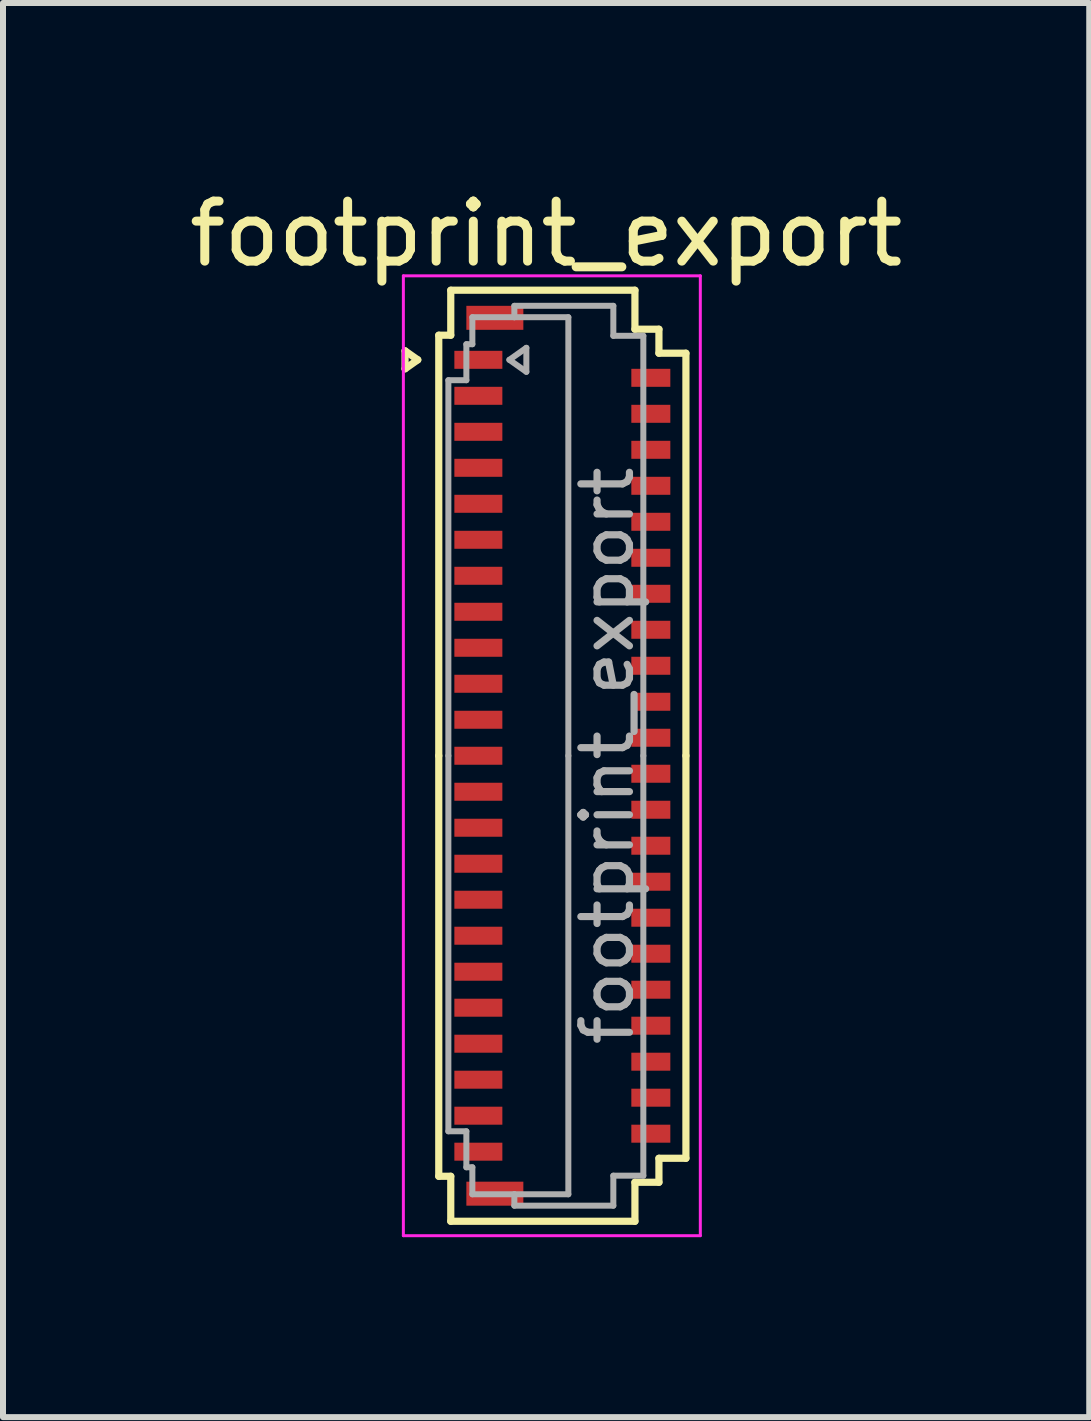
<source format=kicad_pcb>
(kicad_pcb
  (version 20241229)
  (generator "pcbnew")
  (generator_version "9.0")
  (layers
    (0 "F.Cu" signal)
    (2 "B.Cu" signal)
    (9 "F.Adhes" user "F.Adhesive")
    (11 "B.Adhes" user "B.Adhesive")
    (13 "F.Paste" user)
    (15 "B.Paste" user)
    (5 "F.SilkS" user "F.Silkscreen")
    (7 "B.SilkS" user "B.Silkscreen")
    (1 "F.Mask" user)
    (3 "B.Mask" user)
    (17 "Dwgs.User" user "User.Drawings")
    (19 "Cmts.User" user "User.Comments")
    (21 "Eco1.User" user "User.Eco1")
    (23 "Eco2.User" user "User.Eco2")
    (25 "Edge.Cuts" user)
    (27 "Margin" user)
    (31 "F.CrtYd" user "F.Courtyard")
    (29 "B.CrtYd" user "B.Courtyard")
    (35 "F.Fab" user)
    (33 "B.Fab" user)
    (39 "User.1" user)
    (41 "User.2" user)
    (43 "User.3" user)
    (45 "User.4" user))
  (footprint "footprint_export"
    (layer "F.Cu")
    (at 6.324 9.548)
    (property "Reference" "footprint_export" (at -0.27 -8.7 0) (layer "F.SilkS") (effects (font (size 1 1) (thickness 0.15))))
    (attr smd)
    (fp_line (start -2.622 -6.75) (end -2.41 -6.6) (stroke (width 0.12) (type solid)) (layer "F.SilkS"))
    (fp_line (start -2.622 -6.45) (end -2.622 -6.75) (stroke (width 0.12) (type solid)) (layer "F.SilkS"))
    (fp_line (start -2.41 -6.6) (end -2.622 -6.45) (stroke (width 0.12) (type solid)) (layer "F.SilkS"))
    (fp_line (start -2.06 -7.01) (end -2.06 0) (stroke (width 0.12) (type solid)) (layer "F.SilkS"))
    (fp_line (start -2.06 7.01) (end -2.06 0) (stroke (width 0.12) (type solid)) (layer "F.SilkS"))
    (fp_line (start -1.86 -7.76) (end -1.86 -7.01) (stroke (width 0.12) (type solid)) (layer "F.SilkS"))
    (fp_line (start -1.86 -7.01) (end -2.06 -7.01) (stroke (width 0.12) (type solid)) (layer "F.SilkS"))
    (fp_line (start -1.86 7.01) (end -2.06 7.01) (stroke (width 0.12) (type solid)) (layer "F.SilkS"))
    (fp_line (start -1.86 7.76) (end -1.86 7.01) (stroke (width 0.12) (type solid)) (layer "F.SilkS"))
    (fp_line (start 1.21 -7.76) (end -1.86 -7.76) (stroke (width 0.12) (type solid)) (layer "F.SilkS"))
    (fp_line (start 1.21 -7.11) (end 1.21 -7.76) (stroke (width 0.12) (type solid)) (layer "F.SilkS"))
    (fp_line (start 1.21 7.11) (end 1.21 7.76) (stroke (width 0.12) (type solid)) (layer "F.SilkS"))
    (fp_line (start 1.21 7.76) (end -1.86 7.76) (stroke (width 0.12) (type solid)) (layer "F.SilkS"))
    (fp_line (start 1.61 -7.11) (end 1.21 -7.11) (stroke (width 0.12) (type solid)) (layer "F.SilkS"))
    (fp_line (start 1.61 -6.71) (end 1.61 -7.11) (stroke (width 0.12) (type solid)) (layer "F.SilkS"))
    (fp_line (start 1.61 6.71) (end 1.61 7.11) (stroke (width 0.12) (type solid)) (layer "F.SilkS"))
    (fp_line (start 1.61 7.11) (end 1.21 7.11) (stroke (width 0.12) (type solid)) (layer "F.SilkS"))
    (fp_line (start 2.06 -6.71) (end 1.61 -6.71) (stroke (width 0.12) (type solid)) (layer "F.SilkS"))
    (fp_line (start 2.06 0) (end 2.06 -6.71) (stroke (width 0.12) (type solid)) (layer "F.SilkS"))
    (fp_line (start 2.06 0) (end 2.06 6.71) (stroke (width 0.12) (type solid)) (layer "F.SilkS"))
    (fp_line (start 2.06 6.71) (end 1.61 6.71) (stroke (width 0.12) (type solid)) (layer "F.SilkS"))
    (fp_line (start -2.65 -8) (end -2.65 8) (stroke (width 0.05) (type solid)) (layer "F.CrtYd"))
    (fp_line (start -2.65 8) (end 2.3 8) (stroke (width 0.05) (type solid)) (layer "F.CrtYd"))
    (fp_line (start 2.3 -8) (end -2.65 -8) (stroke (width 0.05) (type solid)) (layer "F.CrtYd"))
    (fp_line (start 2.3 8) (end 2.3 -8) (stroke (width 0.05) (type solid)) (layer "F.CrtYd"))
    (fp_line (start -1.9 -6.26) (end -1.6 -6.26) (stroke (width 0.1) (type solid)) (layer "F.Fab"))
    (fp_line (start -1.9 0) (end -1.9 -6.26) (stroke (width 0.1) (type solid)) (layer "F.Fab"))
    (fp_line (start -1.9 0) (end -1.9 6.26) (stroke (width 0.1) (type solid)) (layer "F.Fab"))
    (fp_line (start -1.9 6.26) (end -1.6 6.26) (stroke (width 0.1) (type solid)) (layer "F.Fab"))
    (fp_line (start -1.6 -6.86) (end -1.5 -6.86) (stroke (width 0.1) (type solid)) (layer "F.Fab"))
    (fp_line (start -1.6 -6.26) (end -1.6 -6.86) (stroke (width 0.1) (type solid)) (layer "F.Fab"))
    (fp_line (start -1.6 6.26) (end -1.6 6.86) (stroke (width 0.1) (type solid)) (layer "F.Fab"))
    (fp_line (start -1.6 6.86) (end -1.5 6.86) (stroke (width 0.1) (type solid)) (layer "F.Fab"))
    (fp_line (start -1.5 -7.31) (end -0.8 -7.31) (stroke (width 0.1) (type solid)) (layer "F.Fab"))
    (fp_line (start -1.5 -6.86) (end -1.5 -7.31) (stroke (width 0.1) (type solid)) (layer "F.Fab"))
    (fp_line (start -1.5 6.86) (end -1.5 7.31) (stroke (width 0.1) (type solid)) (layer "F.Fab"))
    (fp_line (start -1.5 7.31) (end -0.8 7.31) (stroke (width 0.1) (type solid)) (layer "F.Fab"))
    (fp_line (start -0.883 -6.6) (end -0.6 -6.4) (stroke (width 0.1) (type solid)) (layer "F.Fab"))
    (fp_line (start -0.8 -7.5) (end 0.85 -7.5) (stroke (width 0.1) (type solid)) (layer "F.Fab"))
    (fp_line (start -0.8 -7.31) (end -0.8 -7.5) (stroke (width 0.1) (type solid)) (layer "F.Fab"))
    (fp_line (start -0.8 7.31) (end -0.8 7.5) (stroke (width 0.1) (type solid)) (layer "F.Fab"))
    (fp_line (start -0.8 7.5) (end 0.85 7.5) (stroke (width 0.1) (type solid)) (layer "F.Fab"))
    (fp_line (start -0.6 -6.8) (end -0.883 -6.6) (stroke (width 0.1) (type solid)) (layer "F.Fab"))
    (fp_line (start -0.6 -6.4) (end -0.6 -6.8) (stroke (width 0.1) (type solid)) (layer "F.Fab"))
    (fp_line (start 0.1 -7.31) (end -0.8 -7.31) (stroke (width 0.1) (type solid)) (layer "F.Fab"))
    (fp_line (start 0.1 0) (end 0.1 -7.31) (stroke (width 0.1) (type solid)) (layer "F.Fab"))
    (fp_line (start 0.1 0) (end 0.1 7.31) (stroke (width 0.1) (type solid)) (layer "F.Fab"))
    (fp_line (start 0.1 7.31) (end -0.8 7.31) (stroke (width 0.1) (type solid)) (layer "F.Fab"))
    (fp_line (start 0.85 -7.5) (end 0.85 -7) (stroke (width 0.1) (type solid)) (layer "F.Fab"))
    (fp_line (start 0.85 -7) (end 1.35 -7) (stroke (width 0.1) (type solid)) (layer "F.Fab"))
    (fp_line (start 0.85 7) (end 1.35 7) (stroke (width 0.1) (type solid)) (layer "F.Fab"))
    (fp_line (start 0.85 7.5) (end 0.85 7) (stroke (width 0.1) (type solid)) (layer "F.Fab"))
    (fp_line (start 1.35 -7) (end 1.35 0) (stroke (width 0.1) (type solid)) (layer "F.Fab"))
    (fp_line (start 1.35 7) (end 1.35 0) (stroke (width 0.1) (type solid)) (layer "F.Fab"))
    (fp_text user "${REFERENCE}" (at 0.75 0 90) (layer "F.Fab") (effects (font (size 0.81 0.81) (thickness 0.12))))
    (pad "1" smd rect (at -1.4 -6.6) (size 0.8 0.3) (layers "F.Cu" "F.Mask" "F.Paste"))
    (pad "2" smd rect (at 1.475 -6.3) (size 0.65 0.3) (layers "F.Cu" "F.Mask" "F.Paste"))
    (pad "3" smd rect (at -1.4 -6) (size 0.8 0.3) (layers "F.Cu" "F.Mask" "F.Paste"))
    (pad "4" smd rect (at 1.475 -5.7) (size 0.65 0.3) (layers "F.Cu" "F.Mask" "F.Paste"))
    (pad "5" smd rect (at -1.4 -5.4) (size 0.8 0.3) (layers "F.Cu" "F.Mask" "F.Paste"))
    (pad "6" smd rect (at 1.475 -5.1) (size 0.65 0.3) (layers "F.Cu" "F.Mask" "F.Paste"))
    (pad "7" smd rect (at -1.4 -4.8) (size 0.8 0.3) (layers "F.Cu" "F.Mask" "F.Paste"))
    (pad "8" smd rect (at 1.475 -4.5) (size 0.65 0.3) (layers "F.Cu" "F.Mask" "F.Paste"))
    (pad "9" smd rect (at -1.4 -4.2) (size 0.8 0.3) (layers "F.Cu" "F.Mask" "F.Paste"))
    (pad "10" smd rect (at 1.475 -3.9) (size 0.65 0.3) (layers "F.Cu" "F.Mask" "F.Paste"))
    (pad "11" smd rect (at -1.4 -3.6) (size 0.8 0.3) (layers "F.Cu" "F.Mask" "F.Paste"))
    (pad "12" smd rect (at 1.475 -3.3) (size 0.65 0.3) (layers "F.Cu" "F.Mask" "F.Paste"))
    (pad "13" smd rect (at -1.4 -3) (size 0.8 0.3) (layers "F.Cu" "F.Mask" "F.Paste"))
    (pad "14" smd rect (at 1.475 -2.7) (size 0.65 0.3) (layers "F.Cu" "F.Mask" "F.Paste"))
    (pad "15" smd rect (at -1.4 -2.4) (size 0.8 0.3) (layers "F.Cu" "F.Mask" "F.Paste"))
    (pad "16" smd rect (at 1.475 -2.1) (size 0.65 0.3) (layers "F.Cu" "F.Mask" "F.Paste"))
    (pad "17" smd rect (at -1.4 -1.8) (size 0.8 0.3) (layers "F.Cu" "F.Mask" "F.Paste"))
    (pad "18" smd rect (at 1.475 -1.5) (size 0.65 0.3) (layers "F.Cu" "F.Mask" "F.Paste"))
    (pad "19" smd rect (at -1.4 -1.2) (size 0.8 0.3) (layers "F.Cu" "F.Mask" "F.Paste"))
    (pad "20" smd rect (at 1.475 -0.9) (size 0.65 0.3) (layers "F.Cu" "F.Mask" "F.Paste"))
    (pad "21" smd rect (at -1.4 -0.6) (size 0.8 0.3) (layers "F.Cu" "F.Mask" "F.Paste"))
    (pad "22" smd rect (at 1.475 -0.3) (size 0.65 0.3) (layers "F.Cu" "F.Mask" "F.Paste"))
    (pad "23" smd rect (at -1.4 0) (size 0.8 0.3) (layers "F.Cu" "F.Mask" "F.Paste"))
    (pad "24" smd rect (at 1.475 0.3) (size 0.65 0.3) (layers "F.Cu" "F.Mask" "F.Paste"))
    (pad "25" smd rect (at -1.4 0.6) (size 0.8 0.3) (layers "F.Cu" "F.Mask" "F.Paste"))
    (pad "26" smd rect (at 1.475 0.9) (size 0.65 0.3) (layers "F.Cu" "F.Mask" "F.Paste"))
    (pad "27" smd rect (at -1.4 1.2) (size 0.8 0.3) (layers "F.Cu" "F.Mask" "F.Paste"))
    (pad "28" smd rect (at 1.475 1.5) (size 0.65 0.3) (layers "F.Cu" "F.Mask" "F.Paste"))
    (pad "29" smd rect (at -1.4 1.8) (size 0.8 0.3) (layers "F.Cu" "F.Mask" "F.Paste"))
    (pad "30" smd rect (at 1.475 2.1) (size 0.65 0.3) (layers "F.Cu" "F.Mask" "F.Paste"))
    (pad "31" smd rect (at -1.4 2.4) (size 0.8 0.3) (layers "F.Cu" "F.Mask" "F.Paste"))
    (pad "32" smd rect (at 1.475 2.7) (size 0.65 0.3) (layers "F.Cu" "F.Mask" "F.Paste"))
    (pad "33" smd rect (at -1.4 3) (size 0.8 0.3) (layers "F.Cu" "F.Mask" "F.Paste"))
    (pad "34" smd rect (at 1.475 3.3) (size 0.65 0.3) (layers "F.Cu" "F.Mask" "F.Paste"))
    (pad "35" smd rect (at -1.4 3.6) (size 0.8 0.3) (layers "F.Cu" "F.Mask" "F.Paste"))
    (pad "36" smd rect (at 1.475 3.9) (size 0.65 0.3) (layers "F.Cu" "F.Mask" "F.Paste"))
    (pad "37" smd rect (at -1.4 4.2) (size 0.8 0.3) (layers "F.Cu" "F.Mask" "F.Paste"))
    (pad "38" smd rect (at 1.475 4.5) (size 0.65 0.3) (layers "F.Cu" "F.Mask" "F.Paste"))
    (pad "39" smd rect (at -1.4 4.8) (size 0.8 0.3) (layers "F.Cu" "F.Mask" "F.Paste"))
    (pad "40" smd rect (at 1.475 5.1) (size 0.65 0.3) (layers "F.Cu" "F.Mask" "F.Paste"))
    (pad "41" smd rect (at -1.4 5.4) (size 0.8 0.3) (layers "F.Cu" "F.Mask" "F.Paste"))
    (pad "42" smd rect (at 1.475 5.7) (size 0.65 0.3) (layers "F.Cu" "F.Mask" "F.Paste"))
    (pad "43" smd rect (at -1.4 6) (size 0.8 0.3) (layers "F.Cu" "F.Mask" "F.Paste"))
    (pad "44" smd rect (at 1.475 6.3) (size 0.65 0.3) (layers "F.Cu" "F.Mask" "F.Paste"))
    (pad "45" smd rect (at -1.4 6.6) (size 0.8 0.3) (layers "F.Cu" "F.Mask" "F.Paste"))
    (pad "MP" smd rect (at -1.125 -7.3) (size 0.95 0.4) (layers "F.Cu" "F.Mask" "F.Paste"))
    (pad "MP" smd rect (at -1.125 7.3) (size 0.95 0.4) (layers "F.Cu" "F.Mask" "F.Paste")))
  (gr_rect
    (start -3 -3)
    (end 15.107 20.573)
    (stroke (width 0.1) (type default))
    (fill no)
    (layer "Edge.Cuts")))
</source>
